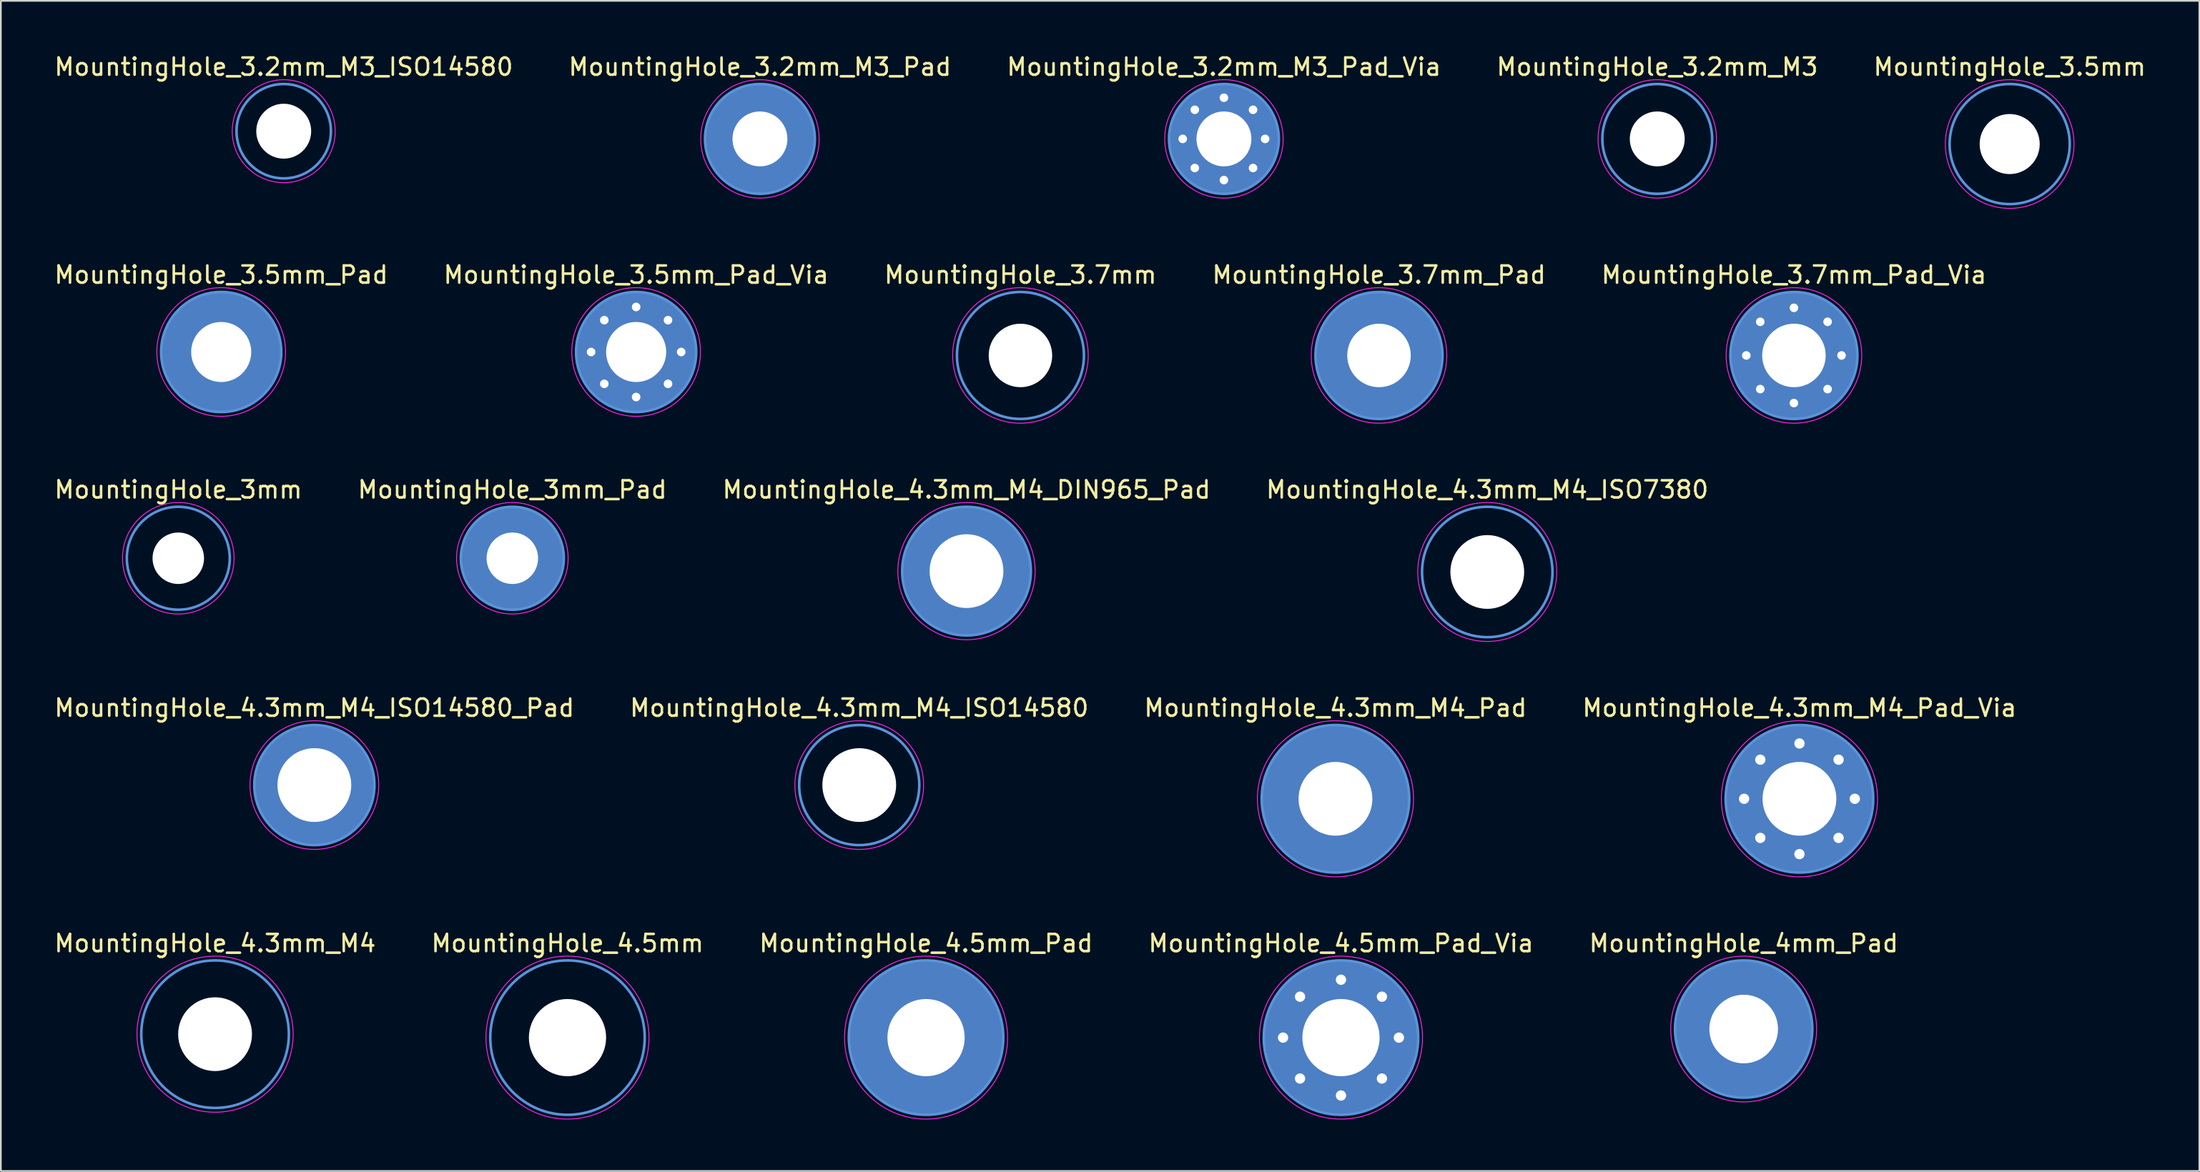
<source format=kicad_pcb>
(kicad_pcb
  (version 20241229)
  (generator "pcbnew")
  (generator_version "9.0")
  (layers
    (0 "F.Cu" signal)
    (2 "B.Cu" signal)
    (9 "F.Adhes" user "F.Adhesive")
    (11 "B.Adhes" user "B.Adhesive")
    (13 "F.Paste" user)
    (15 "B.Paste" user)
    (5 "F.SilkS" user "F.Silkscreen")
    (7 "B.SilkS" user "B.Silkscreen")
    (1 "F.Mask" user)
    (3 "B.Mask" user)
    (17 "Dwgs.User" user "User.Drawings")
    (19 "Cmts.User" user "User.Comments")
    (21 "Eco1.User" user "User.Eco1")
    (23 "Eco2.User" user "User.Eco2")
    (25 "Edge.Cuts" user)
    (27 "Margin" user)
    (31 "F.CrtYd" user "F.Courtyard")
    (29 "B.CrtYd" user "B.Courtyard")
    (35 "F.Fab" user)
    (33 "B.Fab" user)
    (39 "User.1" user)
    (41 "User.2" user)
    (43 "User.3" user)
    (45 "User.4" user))
  (footprint "MountingHole_4.3mm_M4_ISO14580"
    (layer "F.Cu")
    (at 47.018 42.718)
    (property "Reference" "MountingHole_4.3mm_M4_ISO14580" (at 0 -4.5 0) (layer "F.SilkS") (effects (font (size 1 1) (thickness 0.15))))
    (attr through_hole)
    (fp_circle (center 0 0) (end 3.5 0) (stroke (width 0.15) (type solid)) (fill no) (layer "Cmts.User"))
    (fp_circle (center 0 0) (end 3.75 0) (stroke (width 0.05) (type solid)) (fill no) (layer "F.CrtYd"))
    (pad "" np_thru_hole circle (at 0 0) (size 4.3 4.3) (drill 4.3) (layers "*.Cu" "*.Mask")))
  (footprint "MountingHole_4.5mm_Pad"
    (layer "F.Cu")
    (at 50.911 57.441)
    (property "Reference" "MountingHole_4.5mm_Pad" (at 0 -5.5 0) (layer "F.SilkS") (effects (font (size 1 1) (thickness 0.15))))
    (attr through_hole)
    (fp_circle (center 0 0) (end 4.5 0) (stroke (width 0.15) (type solid)) (fill no) (layer "Cmts.User"))
    (fp_circle (center 0 0) (end 4.75 0) (stroke (width 0.05) (type solid)) (fill no) (layer "F.CrtYd"))
    (pad "1" thru_hole circle (at 0 0) (size 9 9) (drill 4.5) (layers "*.Cu" "*.Mask")))
  (footprint "MountingHole_3.7mm_Pad_Via"
    (layer "F.Cu")
    (at 101.482 17.672)
    (property "Reference" "MountingHole_3.7mm_Pad_Via" (at 0 -4.7 0) (layer "F.SilkS") (effects (font (size 1 1) (thickness 0.15))))
    (attr through_hole)
    (fp_circle (center 0 0) (end 3.7 0) (stroke (width 0.15) (type solid)) (fill no) (layer "Cmts.User"))
    (fp_circle (center 0 0) (end 3.95 0) (stroke (width 0.05) (type solid)) (fill no) (layer "F.CrtYd"))
    (pad "" thru_hole circle (at -2.775 0) (size 0.6 0.6) (drill 0.5) (layers "*.Cu" "*.Mask"))
    (pad "" thru_hole circle (at -1.962 -1.962) (size 0.6 0.6) (drill 0.5) (layers "*.Cu" "*.Mask"))
    (pad "" thru_hole circle (at -1.962 1.962) (size 0.6 0.6) (drill 0.5) (layers "*.Cu" "*.Mask"))
    (pad "" thru_hole circle (at 0 -2.775) (size 0.6 0.6) (drill 0.5) (layers "*.Cu" "*.Mask"))
    (pad "" thru_hole circle (at 0 2.775) (size 0.6 0.6) (drill 0.5) (layers "*.Cu" "*.Mask"))
    (pad "" thru_hole circle (at 1.962 -1.962) (size 0.6 0.6) (drill 0.5) (layers "*.Cu" "*.Mask"))
    (pad "" thru_hole circle (at 1.962 1.962) (size 0.6 0.6) (drill 0.5) (layers "*.Cu" "*.Mask"))
    (pad "" thru_hole circle (at 2.775 0) (size 0.6 0.6) (drill 0.5) (layers "*.Cu" "*.Mask"))
    (pad "1" thru_hole circle (at 0 0) (size 7.4 7.4) (drill 3.7) (layers "*.Cu" "*.Mask")))
  (footprint "MountingHole_3.2mm_M3_Pad_Via"
    (layer "F.Cu")
    (at 68.268 5.048)
    (property "Reference" "MountingHole_3.2mm_M3_Pad_Via" (at 0 -4.2 0) (layer "F.SilkS") (effects (font (size 1 1) (thickness 0.15))))
    (attr through_hole)
    (fp_circle (center 0 0) (end 3.2 0) (stroke (width 0.15) (type solid)) (fill no) (layer "Cmts.User"))
    (fp_circle (center 0 0) (end 3.45 0) (stroke (width 0.05) (type solid)) (fill no) (layer "F.CrtYd"))
    (pad "" thru_hole circle (at -2.4 0) (size 0.6 0.6) (drill 0.5) (layers "*.Cu" "*.Mask"))
    (pad "" thru_hole circle (at -1.697 -1.697) (size 0.6 0.6) (drill 0.5) (layers "*.Cu" "*.Mask"))
    (pad "" thru_hole circle (at -1.697 1.697) (size 0.6 0.6) (drill 0.5) (layers "*.Cu" "*.Mask"))
    (pad "" thru_hole circle (at 0 -2.4) (size 0.6 0.6) (drill 0.5) (layers "*.Cu" "*.Mask"))
    (pad "" thru_hole circle (at 0 2.4) (size 0.6 0.6) (drill 0.5) (layers "*.Cu" "*.Mask"))
    (pad "" thru_hole circle (at 1.697 -1.697) (size 0.6 0.6) (drill 0.5) (layers "*.Cu" "*.Mask"))
    (pad "" thru_hole circle (at 1.697 1.697) (size 0.6 0.6) (drill 0.5) (layers "*.Cu" "*.Mask"))
    (pad "" thru_hole circle (at 2.4 0) (size 0.6 0.6) (drill 0.5) (layers "*.Cu" "*.Mask"))
    (pad "1" thru_hole circle (at 0 0) (size 6.4 6.4) (drill 3.2) (layers "*.Cu" "*.Mask")))
  (footprint "MountingHole_4.3mm_M4_DIN965_Pad"
    (layer "F.Cu")
    (at 53.268 30.245)
    (property "Reference" "MountingHole_4.3mm_M4_DIN965_Pad" (at 0 -4.75 0) (layer "F.SilkS") (effects (font (size 1 1) (thickness 0.15))))
    (attr through_hole)
    (fp_circle (center 0 0) (end 3.75 0) (stroke (width 0.15) (type solid)) (fill no) (layer "Cmts.User"))
    (fp_circle (center 0 0) (end 4 0) (stroke (width 0.05) (type solid)) (fill no) (layer "F.CrtYd"))
    (pad "1" thru_hole circle (at 0 0) (size 7.5 7.5) (drill 4.3) (layers "*.Cu" "*.Mask")))
  (footprint "MountingHole_3.5mm_Pad"
    (layer "F.Cu")
    (at 9.839 17.471)
    (property "Reference" "MountingHole_3.5mm_Pad" (at 0 -4.5 0) (layer "F.SilkS") (effects (font (size 1 1) (thickness 0.15))))
    (attr through_hole)
    (fp_circle (center 0 0) (end 3.5 0) (stroke (width 0.15) (type solid)) (fill no) (layer "Cmts.User"))
    (fp_circle (center 0 0) (end 3.75 0) (stroke (width 0.05) (type solid)) (fill no) (layer "F.CrtYd"))
    (pad "1" thru_hole circle (at 0 0) (size 7 7) (drill 3.5) (layers "*.Cu" "*.Mask")))
  (footprint "MountingHole_3.5mm_Pad_Via"
    (layer "F.Cu")
    (at 34.018 17.471)
    (property "Reference" "MountingHole_3.5mm_Pad_Via" (at 0 -4.5 0) (layer "F.SilkS") (effects (font (size 1 1) (thickness 0.15))))
    (attr through_hole)
    (fp_circle (center 0 0) (end 3.5 0) (stroke (width 0.15) (type solid)) (fill no) (layer "Cmts.User"))
    (fp_circle (center 0 0) (end 3.75 0) (stroke (width 0.05) (type solid)) (fill no) (layer "F.CrtYd"))
    (pad "" thru_hole circle (at -2.625 0) (size 0.6 0.6) (drill 0.5) (layers "*.Cu" "*.Mask"))
    (pad "" thru_hole circle (at -1.856 -1.856) (size 0.6 0.6) (drill 0.5) (layers "*.Cu" "*.Mask"))
    (pad "" thru_hole circle (at -1.856 1.856) (size 0.6 0.6) (drill 0.5) (layers "*.Cu" "*.Mask"))
    (pad "" thru_hole circle (at 0 -2.625) (size 0.6 0.6) (drill 0.5) (layers "*.Cu" "*.Mask"))
    (pad "" thru_hole circle (at 0 2.625) (size 0.6 0.6) (drill 0.5) (layers "*.Cu" "*.Mask"))
    (pad "" thru_hole circle (at 1.856 -1.856) (size 0.6 0.6) (drill 0.5) (layers "*.Cu" "*.Mask"))
    (pad "" thru_hole circle (at 1.856 1.856) (size 0.6 0.6) (drill 0.5) (layers "*.Cu" "*.Mask"))
    (pad "" thru_hole circle (at 2.625 0) (size 0.6 0.6) (drill 0.5) (layers "*.Cu" "*.Mask"))
    (pad "1" thru_hole circle (at 0 0) (size 7 7) (drill 3.5) (layers "*.Cu" "*.Mask")))
  (footprint "MountingHole_4.5mm_Pad_Via"
    (layer "F.Cu")
    (at 75.089 57.441)
    (property "Reference" "MountingHole_4.5mm_Pad_Via" (at 0 -5.5 0) (layer "F.SilkS") (effects (font (size 1 1) (thickness 0.15))))
    (attr through_hole)
    (fp_circle (center 0 0) (end 4.5 0) (stroke (width 0.15) (type solid)) (fill no) (layer "Cmts.User"))
    (fp_circle (center 0 0) (end 4.75 0) (stroke (width 0.05) (type solid)) (fill no) (layer "F.CrtYd"))
    (pad "" thru_hole circle (at -3.375 0) (size 0.7 0.7) (drill 0.6) (layers "*.Cu" "*.Mask"))
    (pad "" thru_hole circle (at -2.386 -2.386) (size 0.7 0.7) (drill 0.6) (layers "*.Cu" "*.Mask"))
    (pad "" thru_hole circle (at -2.386 2.386) (size 0.7 0.7) (drill 0.6) (layers "*.Cu" "*.Mask"))
    (pad "" thru_hole circle (at 0 -3.375) (size 0.7 0.7) (drill 0.6) (layers "*.Cu" "*.Mask"))
    (pad "" thru_hole circle (at 0 3.375) (size 0.7 0.7) (drill 0.6) (layers "*.Cu" "*.Mask"))
    (pad "" thru_hole circle (at 2.386 -2.386) (size 0.7 0.7) (drill 0.6) (layers "*.Cu" "*.Mask"))
    (pad "" thru_hole circle (at 2.386 2.386) (size 0.7 0.7) (drill 0.6) (layers "*.Cu" "*.Mask"))
    (pad "" thru_hole circle (at 3.375 0) (size 0.7 0.7) (drill 0.6) (layers "*.Cu" "*.Mask"))
    (pad "1" thru_hole circle (at 0 0) (size 9 9) (drill 4.5) (layers "*.Cu" "*.Mask")))
  (footprint "MountingHole_4.3mm_M4_Pad_Via"
    (layer "F.Cu")
    (at 101.804 43.518)
    (property "Reference" "MountingHole_4.3mm_M4_Pad_Via" (at 0 -5.3 0) (layer "F.SilkS") (effects (font (size 1 1) (thickness 0.15))))
    (attr through_hole)
    (fp_circle (center 0 0) (end 4.3 0) (stroke (width 0.15) (type solid)) (fill no) (layer "Cmts.User"))
    (fp_circle (center 0 0) (end 4.55 0) (stroke (width 0.05) (type solid)) (fill no) (layer "F.CrtYd"))
    (pad "" thru_hole circle (at -3.225 0) (size 0.7 0.7) (drill 0.6) (layers "*.Cu" "*.Mask"))
    (pad "" thru_hole circle (at -2.28 -2.28) (size 0.7 0.7) (drill 0.6) (layers "*.Cu" "*.Mask"))
    (pad "" thru_hole circle (at -2.28 2.28) (size 0.7 0.7) (drill 0.6) (layers "*.Cu" "*.Mask"))
    (pad "" thru_hole circle (at 0 -3.225) (size 0.7 0.7) (drill 0.6) (layers "*.Cu" "*.Mask"))
    (pad "" thru_hole circle (at 0 3.225) (size 0.7 0.7) (drill 0.6) (layers "*.Cu" "*.Mask"))
    (pad "" thru_hole circle (at 2.28 -2.28) (size 0.7 0.7) (drill 0.6) (layers "*.Cu" "*.Mask"))
    (pad "" thru_hole circle (at 2.28 2.28) (size 0.7 0.7) (drill 0.6) (layers "*.Cu" "*.Mask"))
    (pad "" thru_hole circle (at 3.225 0) (size 0.7 0.7) (drill 0.6) (layers "*.Cu" "*.Mask"))
    (pad "1" thru_hole circle (at 0 0) (size 8.6 8.6) (drill 4.3) (layers "*.Cu" "*.Mask")))
  (footprint "MountingHole_4.3mm_M4_ISO14580_Pad"
    (layer "F.Cu")
    (at 15.268 42.718)
    (property "Reference" "MountingHole_4.3mm_M4_ISO14580_Pad" (at 0 -4.5 0) (layer "F.SilkS") (effects (font (size 1 1) (thickness 0.15))))
    (attr through_hole)
    (fp_circle (center 0 0) (end 3.5 0) (stroke (width 0.15) (type solid)) (fill no) (layer "Cmts.User"))
    (fp_circle (center 0 0) (end 3.75 0) (stroke (width 0.05) (type solid)) (fill no) (layer "F.CrtYd"))
    (pad "1" thru_hole circle (at 0 0) (size 7 7) (drill 4.3) (layers "*.Cu" "*.Mask")))
  (footprint "MountingHole_4.3mm_M4_Pad"
    (layer "F.Cu")
    (at 74.768 43.518)
    (property "Reference" "MountingHole_4.3mm_M4_Pad" (at 0 -5.3 0) (layer "F.SilkS") (effects (font (size 1 1) (thickness 0.15))))
    (attr through_hole)
    (fp_circle (center 0 0) (end 4.3 0) (stroke (width 0.15) (type solid)) (fill no) (layer "Cmts.User"))
    (fp_circle (center 0 0) (end 4.55 0) (stroke (width 0.05) (type solid)) (fill no) (layer "F.CrtYd"))
    (pad "1" thru_hole circle (at 0 0) (size 8.6 8.6) (drill 4.3) (layers "*.Cu" "*.Mask")))
  (footprint "MountingHole_3.2mm_M3"
    (layer "F.Cu")
    (at 93.518 5.048)
    (property "Reference" "MountingHole_3.2mm_M3" (at 0 -4.2 0) (layer "F.SilkS") (effects (font (size 1 1) (thickness 0.15))))
    (attr through_hole)
    (fp_circle (center 0 0) (end 3.2 0) (stroke (width 0.15) (type solid)) (fill no) (layer "Cmts.User"))
    (fp_circle (center 0 0) (end 3.45 0) (stroke (width 0.05) (type solid)) (fill no) (layer "F.CrtYd"))
    (pad "" np_thru_hole circle (at 0 0) (size 3.2 3.2) (drill 3.2) (layers "*.Cu" "*.Mask")))
  (footprint "MountingHole_3.7mm"
    (layer "F.Cu")
    (at 56.411 17.672)
    (property "Reference" "MountingHole_3.7mm" (at 0 -4.7 0) (layer "F.SilkS") (effects (font (size 1 1) (thickness 0.15))))
    (attr through_hole)
    (fp_circle (center 0 0) (end 3.7 0) (stroke (width 0.15) (type solid)) (fill no) (layer "Cmts.User"))
    (fp_circle (center 0 0) (end 3.95 0) (stroke (width 0.05) (type solid)) (fill no) (layer "F.CrtYd"))
    (pad "" np_thru_hole circle (at 0 0) (size 3.7 3.7) (drill 3.7) (layers "*.Cu" "*.Mask")))
  (footprint "MountingHole_3.2mm_M3_ISO14580"
    (layer "F.Cu")
    (at 13.482 4.598)
    (property "Reference" "MountingHole_3.2mm_M3_ISO14580" (at 0 -3.75 0) (layer "F.SilkS") (effects (font (size 1 1) (thickness 0.15))))
    (attr through_hole)
    (fp_circle (center 0 0) (end 2.75 0) (stroke (width 0.15) (type solid)) (fill no) (layer "Cmts.User"))
    (fp_circle (center 0 0) (end 3 0) (stroke (width 0.05) (type solid)) (fill no) (layer "F.CrtYd"))
    (pad "" np_thru_hole circle (at 0 0) (size 3.2 3.2) (drill 3.2) (layers "*.Cu" "*.Mask")))
  (footprint "MountingHole_3.2mm_M3_Pad"
    (layer "F.Cu")
    (at 41.232 5.048)
    (property "Reference" "MountingHole_3.2mm_M3_Pad" (at 0 -4.2 0) (layer "F.SilkS") (effects (font (size 1 1) (thickness 0.15))))
    (attr through_hole)
    (fp_circle (center 0 0) (end 3.2 0) (stroke (width 0.15) (type solid)) (fill no) (layer "Cmts.User"))
    (fp_circle (center 0 0) (end 3.45 0) (stroke (width 0.05) (type solid)) (fill no) (layer "F.CrtYd"))
    (pad "1" thru_hole circle (at 0 0) (size 6.4 6.4) (drill 3.2) (layers "*.Cu" "*.Mask")))
  (footprint "MountingHole_4.5mm"
    (layer "F.Cu")
    (at 30.018 57.441)
    (property "Reference" "MountingHole_4.5mm" (at 0 -5.5 0) (layer "F.SilkS") (effects (font (size 1 1) (thickness 0.15))))
    (attr through_hole)
    (fp_circle (center 0 0) (end 4.5 0) (stroke (width 0.15) (type solid)) (fill no) (layer "Cmts.User"))
    (fp_circle (center 0 0) (end 4.75 0) (stroke (width 0.05) (type solid)) (fill no) (layer "F.CrtYd"))
    (pad "" np_thru_hole circle (at 0 0) (size 4.5 4.5) (drill 4.5) (layers "*.Cu" "*.Mask")))
  (footprint "MountingHole_3mm"
    (layer "F.Cu")
    (at 7.339 29.495)
    (property "Reference" "MountingHole_3mm" (at 0 -4 0) (layer "F.SilkS") (effects (font (size 1 1) (thickness 0.15))))
    (attr through_hole)
    (fp_circle (center 0 0) (end 3 0) (stroke (width 0.15) (type solid)) (fill no) (layer "Cmts.User"))
    (fp_circle (center 0 0) (end 3.25 0) (stroke (width 0.05) (type solid)) (fill no) (layer "F.CrtYd"))
    (pad "" np_thru_hole circle (at 0 0) (size 3 3) (drill 3) (layers "*.Cu" "*.Mask")))
  (footprint "MountingHole_3.7mm_Pad"
    (layer "F.Cu")
    (at 77.304 17.672)
    (property "Reference" "MountingHole_3.7mm_Pad" (at 0 -4.7 0) (layer "F.SilkS") (effects (font (size 1 1) (thickness 0.15))))
    (attr through_hole)
    (fp_circle (center 0 0) (end 3.7 0) (stroke (width 0.15) (type solid)) (fill no) (layer "Cmts.User"))
    (fp_circle (center 0 0) (end 3.95 0) (stroke (width 0.05) (type solid)) (fill no) (layer "F.CrtYd"))
    (pad "1" thru_hole circle (at 0 0) (size 7.4 7.4) (drill 3.7) (layers "*.Cu" "*.Mask")))
  (footprint "MountingHole_4mm_Pad"
    (layer "F.Cu")
    (at 98.554 56.941)
    (property "Reference" "MountingHole_4mm_Pad" (at 0 -5 0) (layer "F.SilkS") (effects (font (size 1 1) (thickness 0.15))))
    (attr through_hole)
    (fp_circle (center 0 0) (end 4 0) (stroke (width 0.15) (type solid)) (fill no) (layer "Cmts.User"))
    (fp_circle (center 0 0) (end 4.25 0) (stroke (width 0.05) (type solid)) (fill no) (layer "F.CrtYd"))
    (pad "1" thru_hole circle (at 0 0) (size 8 8) (drill 4) (layers "*.Cu" "*.Mask")))
  (footprint "MountingHole_3mm_Pad"
    (layer "F.Cu")
    (at 26.804 29.495)
    (property "Reference" "MountingHole_3mm_Pad" (at 0 -4 0) (layer "F.SilkS") (effects (font (size 1 1) (thickness 0.15))))
    (attr through_hole)
    (fp_circle (center 0 0) (end 3 0) (stroke (width 0.15) (type solid)) (fill no) (layer "Cmts.User"))
    (fp_circle (center 0 0) (end 3.25 0) (stroke (width 0.05) (type solid)) (fill no) (layer "F.CrtYd"))
    (pad "1" thru_hole circle (at 0 0) (size 6 6) (drill 3) (layers "*.Cu" "*.Mask")))
  (footprint "MountingHole_3.5mm"
    (layer "F.Cu")
    (at 114.054 5.348)
    (property "Reference" "MountingHole_3.5mm" (at 0 -4.5 0) (layer "F.SilkS") (effects (font (size 1 1) (thickness 0.15))))
    (attr through_hole)
    (fp_circle (center 0 0) (end 3.5 0) (stroke (width 0.15) (type solid)) (fill no) (layer "Cmts.User"))
    (fp_circle (center 0 0) (end 3.75 0) (stroke (width 0.05) (type solid)) (fill no) (layer "F.CrtYd"))
    (pad "" np_thru_hole circle (at 0 0) (size 3.5 3.5) (drill 3.5) (layers "*.Cu" "*.Mask")))
  (footprint "MountingHole_4.3mm_M4"
    (layer "F.Cu")
    (at 9.482 57.241)
    (property "Reference" "MountingHole_4.3mm_M4" (at 0 -5.3 0) (layer "F.SilkS") (effects (font (size 1 1) (thickness 0.15))))
    (attr through_hole)
    (fp_circle (center 0 0) (end 4.3 0) (stroke (width 0.15) (type solid)) (fill no) (layer "Cmts.User"))
    (fp_circle (center 0 0) (end 4.55 0) (stroke (width 0.05) (type solid)) (fill no) (layer "F.CrtYd"))
    (pad "" np_thru_hole circle (at 0 0) (size 4.3 4.3) (drill 4.3) (layers "*.Cu" "*.Mask")))
  (footprint "MountingHole_4.3mm_M4_ISO7380"
    (layer "F.Cu")
    (at 83.613 30.295)
    (property "Reference" "MountingHole_4.3mm_M4_ISO7380" (at 0 -4.8 0) (layer "F.SilkS") (effects (font (size 1 1) (thickness 0.15))))
    (attr through_hole)
    (fp_circle (center 0 0) (end 3.8 0) (stroke (width 0.15) (type solid)) (fill no) (layer "Cmts.User"))
    (fp_circle (center 0 0) (end 4.05 0) (stroke (width 0.05) (type solid)) (fill no) (layer "F.CrtYd"))
    (pad "" np_thru_hole circle (at 0 0) (size 4.3 4.3) (drill 4.3) (layers "*.Cu" "*.Mask")))
  (gr_rect
    (start -3 -3)
    (end 125.107 65.216)
    (stroke (width 0.1) (type default))
    (fill no)
    (layer "Edge.Cuts")))
</source>
